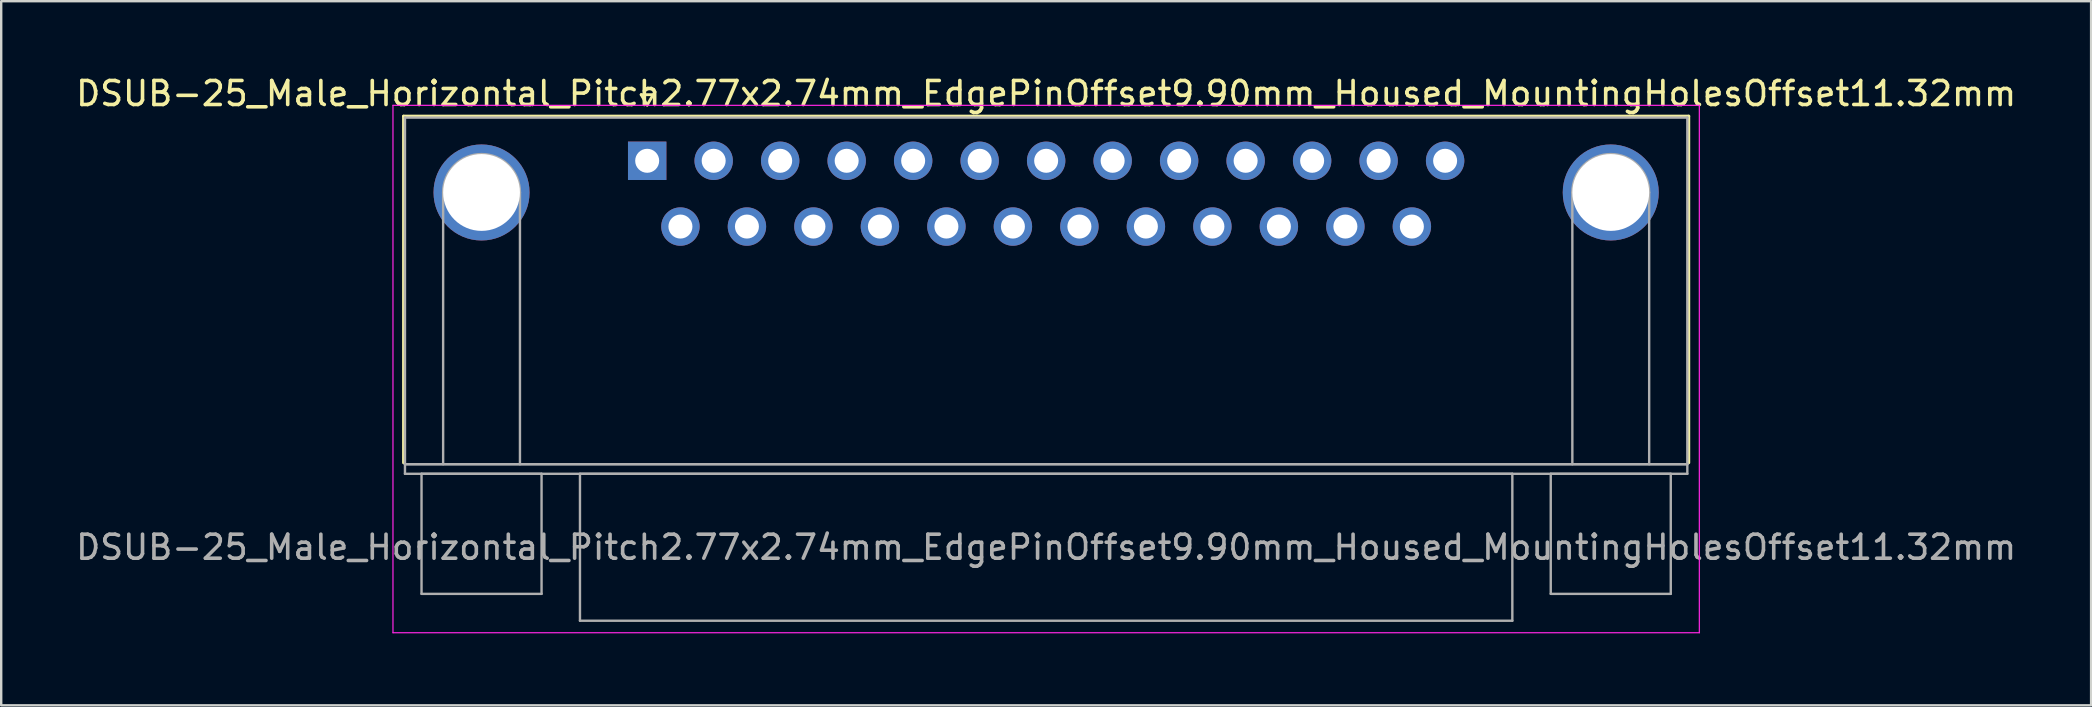
<source format=kicad_pcb>
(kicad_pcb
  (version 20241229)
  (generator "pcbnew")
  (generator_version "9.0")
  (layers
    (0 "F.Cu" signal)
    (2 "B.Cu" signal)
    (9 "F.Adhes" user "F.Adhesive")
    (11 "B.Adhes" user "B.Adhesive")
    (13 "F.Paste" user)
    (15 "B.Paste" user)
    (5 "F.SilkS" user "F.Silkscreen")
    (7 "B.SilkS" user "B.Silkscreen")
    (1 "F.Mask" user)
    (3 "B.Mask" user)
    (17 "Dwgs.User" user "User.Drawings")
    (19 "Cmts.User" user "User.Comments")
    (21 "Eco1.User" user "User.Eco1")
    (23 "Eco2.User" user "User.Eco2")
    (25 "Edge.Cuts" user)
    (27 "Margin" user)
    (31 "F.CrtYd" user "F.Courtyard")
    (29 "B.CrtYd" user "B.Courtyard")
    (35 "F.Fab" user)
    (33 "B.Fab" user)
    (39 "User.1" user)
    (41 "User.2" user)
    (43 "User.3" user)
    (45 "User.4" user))
  (footprint "DSUB-25_Male_Horizontal_Pitch2.77x2.74mm_EdgePinOffset9.90mm_Housed_MountingHolesOffset11.32mm"
    (layer "F.Cu")
    (at 23.91 3.648)
    (property "Reference" "DSUB-25_Male_Horizontal_Pitch2.77x2.74mm_EdgePinOffset9.90mm_Housed_MountingHolesOffset11.32mm" (at 16.62 -2.8 0) (layer "F.SilkS") (effects (font (size 1 1) (thickness 0.15))))
    (attr through_hole)
    (fp_line (start -10.15 -1.86) (end 43.39 -1.86) (stroke (width 0.12) (type solid)) (layer "F.SilkS"))
    (fp_line (start -10.15 12.58) (end -10.15 -1.86) (stroke (width 0.12) (type solid)) (layer "F.SilkS"))
    (fp_line (start -0.25 -2.754) (end 0.25 -2.754) (stroke (width 0.12) (type solid)) (layer "F.SilkS"))
    (fp_line (start 0 -2.321) (end -0.25 -2.754) (stroke (width 0.12) (type solid)) (layer "F.SilkS"))
    (fp_line (start 0.25 -2.754) (end 0 -2.321) (stroke (width 0.12) (type solid)) (layer "F.SilkS"))
    (fp_line (start 43.39 -1.86) (end 43.39 12.58) (stroke (width 0.12) (type solid)) (layer "F.SilkS"))
    (fp_line (start -10.59 -2.31) (end -10.59 19.66) (stroke (width 0.05) (type solid)) (layer "F.CrtYd"))
    (fp_line (start -10.59 19.66) (end 43.83 19.66) (stroke (width 0.05) (type solid)) (layer "F.CrtYd"))
    (fp_line (start 43.83 -2.31) (end -10.59 -2.31) (stroke (width 0.05) (type solid)) (layer "F.CrtYd"))
    (fp_line (start 43.83 19.66) (end 43.83 -2.31) (stroke (width 0.05) (type solid)) (layer "F.CrtYd"))
    (fp_line (start -10.09 -1.8) (end -10.09 12.64) (stroke (width 0.1) (type solid)) (layer "F.Fab"))
    (fp_line (start -10.09 12.64) (end -10.09 13.04) (stroke (width 0.1) (type solid)) (layer "F.Fab"))
    (fp_line (start -10.09 12.64) (end 43.33 12.64) (stroke (width 0.1) (type solid)) (layer "F.Fab"))
    (fp_line (start -10.09 13.04) (end 43.33 13.04) (stroke (width 0.1) (type solid)) (layer "F.Fab"))
    (fp_line (start -9.4 13.04) (end -9.4 18.04) (stroke (width 0.1) (type solid)) (layer "F.Fab"))
    (fp_line (start -9.4 18.04) (end -4.4 18.04) (stroke (width 0.1) (type solid)) (layer "F.Fab"))
    (fp_line (start -8.5 12.64) (end -8.5 1.32) (stroke (width 0.1) (type solid)) (layer "F.Fab"))
    (fp_line (start -5.3 12.64) (end -5.3 1.32) (stroke (width 0.1) (type solid)) (layer "F.Fab"))
    (fp_line (start -4.4 13.04) (end -9.4 13.04) (stroke (width 0.1) (type solid)) (layer "F.Fab"))
    (fp_line (start -4.4 18.04) (end -4.4 13.04) (stroke (width 0.1) (type solid)) (layer "F.Fab"))
    (fp_line (start -2.8 13.04) (end -2.8 19.16) (stroke (width 0.1) (type solid)) (layer "F.Fab"))
    (fp_line (start -2.8 19.16) (end 36.04 19.16) (stroke (width 0.1) (type solid)) (layer "F.Fab"))
    (fp_line (start 36.04 13.04) (end -2.8 13.04) (stroke (width 0.1) (type solid)) (layer "F.Fab"))
    (fp_line (start 36.04 19.16) (end 36.04 13.04) (stroke (width 0.1) (type solid)) (layer "F.Fab"))
    (fp_line (start 37.64 13.04) (end 37.64 18.04) (stroke (width 0.1) (type solid)) (layer "F.Fab"))
    (fp_line (start 37.64 18.04) (end 42.64 18.04) (stroke (width 0.1) (type solid)) (layer "F.Fab"))
    (fp_line (start 38.54 12.64) (end 38.54 1.32) (stroke (width 0.1) (type solid)) (layer "F.Fab"))
    (fp_line (start 41.74 12.64) (end 41.74 1.32) (stroke (width 0.1) (type solid)) (layer "F.Fab"))
    (fp_line (start 42.64 13.04) (end 37.64 13.04) (stroke (width 0.1) (type solid)) (layer "F.Fab"))
    (fp_line (start 42.64 18.04) (end 42.64 13.04) (stroke (width 0.1) (type solid)) (layer "F.Fab"))
    (fp_line (start 43.33 -1.8) (end -10.09 -1.8) (stroke (width 0.1) (type solid)) (layer "F.Fab"))
    (fp_line (start 43.33 12.64) (end -10.09 12.64) (stroke (width 0.1) (type solid)) (layer "F.Fab"))
    (fp_line (start 43.33 12.64) (end 43.33 -1.8) (stroke (width 0.1) (type solid)) (layer "F.Fab"))
    (fp_line (start 43.33 13.04) (end 43.33 12.64) (stroke (width 0.1) (type solid)) (layer "F.Fab"))
    (fp_arc (start -8.5 1.32) (mid -6.9 -0.28) (end -5.3 1.32) (stroke (width 0.1) (type solid)) (layer "F.Fab"))
    (fp_arc (start 38.54 1.32) (mid 40.14 -0.28) (end 41.74 1.32) (stroke (width 0.1) (type solid)) (layer "F.Fab"))
    (fp_text user "${REFERENCE}" (at 16.62 16.1 0) (layer "F.Fab") (effects (font (size 1 1) (thickness 0.15))))
    (pad "0" thru_hole circle (at -6.9 1.32) (size 4 4) (drill 3.2) (layers "*.Cu" "*.Mask"))
    (pad "0" thru_hole circle (at 40.14 1.32) (size 4 4) (drill 3.2) (layers "*.Cu" "*.Mask"))
    (pad "1" thru_hole rect (at 0 0) (size 1.6 1.6) (drill 1) (layers "*.Cu" "*.Mask"))
    (pad "2" thru_hole circle (at 2.77 0) (size 1.6 1.6) (drill 1) (layers "*.Cu" "*.Mask"))
    (pad "3" thru_hole circle (at 5.54 0) (size 1.6 1.6) (drill 1) (layers "*.Cu" "*.Mask"))
    (pad "4" thru_hole circle (at 8.31 0) (size 1.6 1.6) (drill 1) (layers "*.Cu" "*.Mask"))
    (pad "5" thru_hole circle (at 11.08 0) (size 1.6 1.6) (drill 1) (layers "*.Cu" "*.Mask"))
    (pad "6" thru_hole circle (at 13.85 0) (size 1.6 1.6) (drill 1) (layers "*.Cu" "*.Mask"))
    (pad "7" thru_hole circle (at 16.62 0) (size 1.6 1.6) (drill 1) (layers "*.Cu" "*.Mask"))
    (pad "8" thru_hole circle (at 19.39 0) (size 1.6 1.6) (drill 1) (layers "*.Cu" "*.Mask"))
    (pad "9" thru_hole circle (at 22.16 0) (size 1.6 1.6) (drill 1) (layers "*.Cu" "*.Mask"))
    (pad "10" thru_hole circle (at 24.93 0) (size 1.6 1.6) (drill 1) (layers "*.Cu" "*.Mask"))
    (pad "11" thru_hole circle (at 27.7 0) (size 1.6 1.6) (drill 1) (layers "*.Cu" "*.Mask"))
    (pad "12" thru_hole circle (at 30.47 0) (size 1.6 1.6) (drill 1) (layers "*.Cu" "*.Mask"))
    (pad "13" thru_hole circle (at 33.24 0) (size 1.6 1.6) (drill 1) (layers "*.Cu" "*.Mask"))
    (pad "14" thru_hole circle (at 1.385 2.74) (size 1.6 1.6) (drill 1) (layers "*.Cu" "*.Mask"))
    (pad "15" thru_hole circle (at 4.155 2.74) (size 1.6 1.6) (drill 1) (layers "*.Cu" "*.Mask"))
    (pad "16" thru_hole circle (at 6.925 2.74) (size 1.6 1.6) (drill 1) (layers "*.Cu" "*.Mask"))
    (pad "17" thru_hole circle (at 9.695 2.74) (size 1.6 1.6) (drill 1) (layers "*.Cu" "*.Mask"))
    (pad "18" thru_hole circle (at 12.465 2.74) (size 1.6 1.6) (drill 1) (layers "*.Cu" "*.Mask"))
    (pad "19" thru_hole circle (at 15.235 2.74) (size 1.6 1.6) (drill 1) (layers "*.Cu" "*.Mask"))
    (pad "20" thru_hole circle (at 18.005 2.74) (size 1.6 1.6) (drill 1) (layers "*.Cu" "*.Mask"))
    (pad "21" thru_hole circle (at 20.775 2.74) (size 1.6 1.6) (drill 1) (layers "*.Cu" "*.Mask"))
    (pad "22" thru_hole circle (at 23.545 2.74) (size 1.6 1.6) (drill 1) (layers "*.Cu" "*.Mask"))
    (pad "23" thru_hole circle (at 26.315 2.74) (size 1.6 1.6) (drill 1) (layers "*.Cu" "*.Mask"))
    (pad "24" thru_hole circle (at 29.085 2.74) (size 1.6 1.6) (drill 1) (layers "*.Cu" "*.Mask"))
    (pad "25" thru_hole circle (at 31.855 2.74) (size 1.6 1.6) (drill 1) (layers "*.Cu" "*.Mask")))
  (gr_rect
    (start -3 -3)
    (end 84.06 26.333)
    (stroke (width 0.1) (type default))
    (fill no)
    (layer "Edge.Cuts")))
</source>
